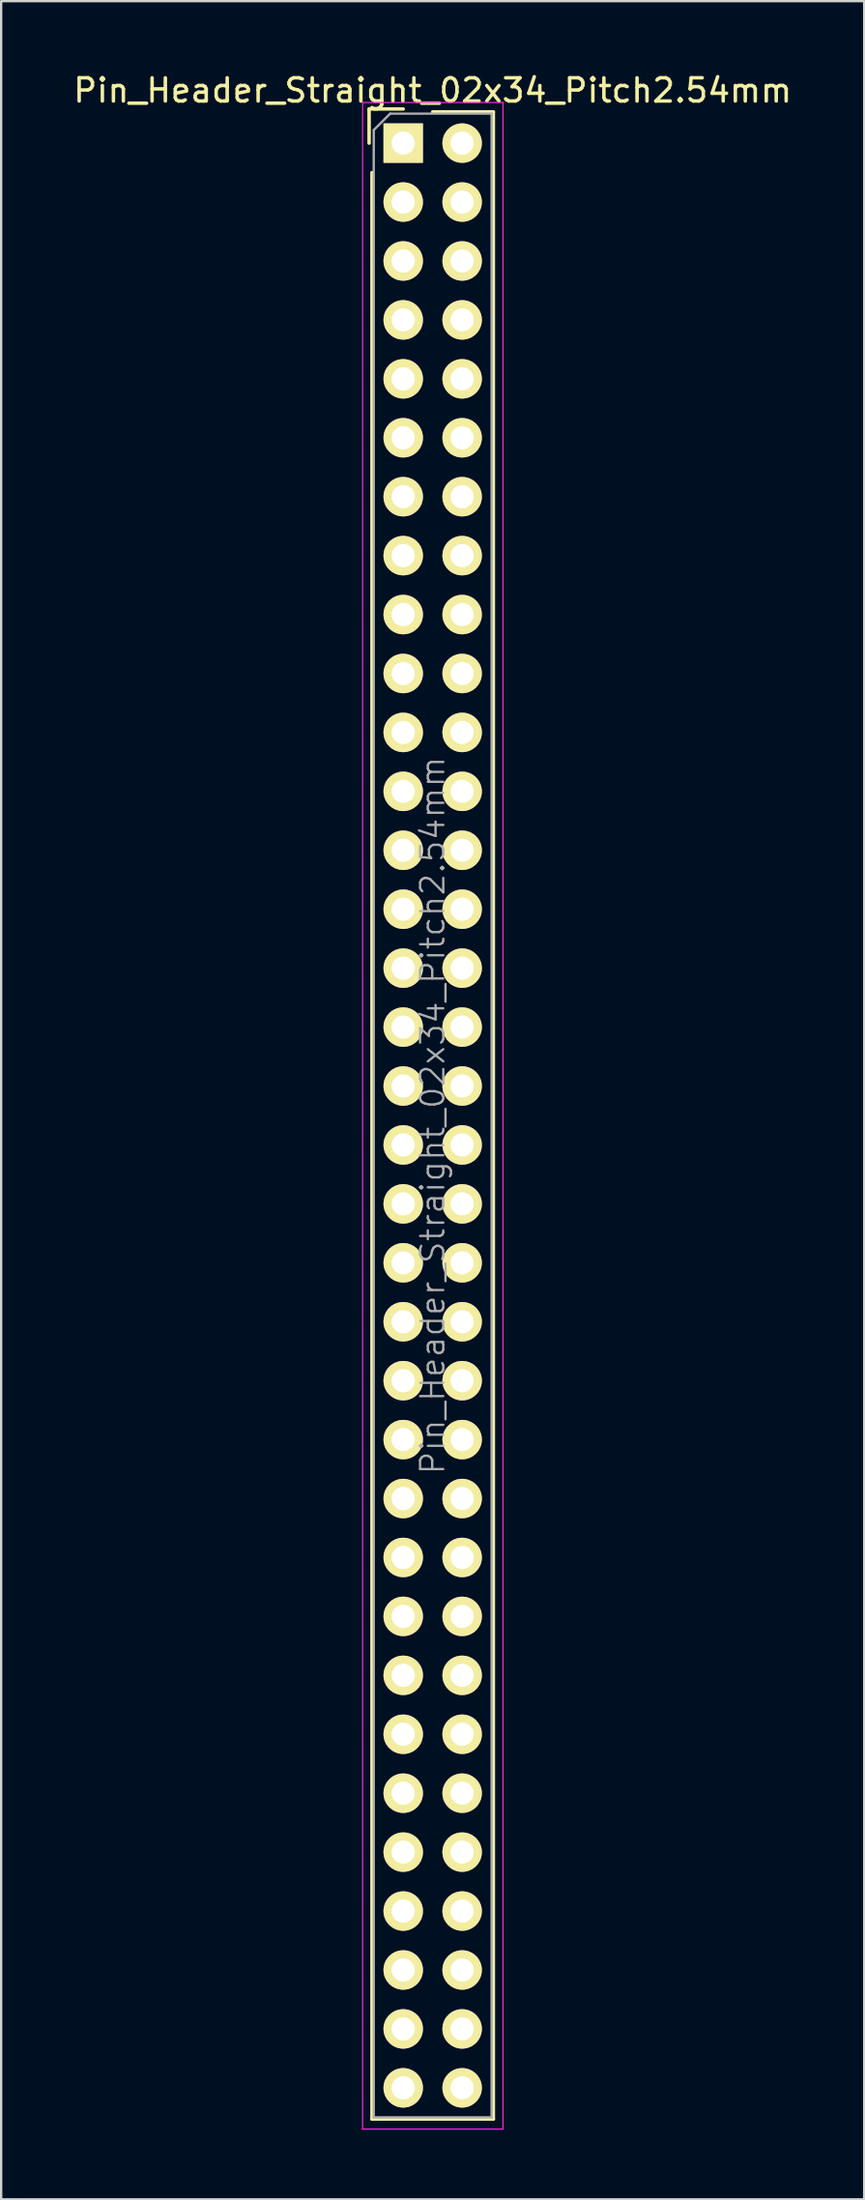
<source format=kicad_pcb>
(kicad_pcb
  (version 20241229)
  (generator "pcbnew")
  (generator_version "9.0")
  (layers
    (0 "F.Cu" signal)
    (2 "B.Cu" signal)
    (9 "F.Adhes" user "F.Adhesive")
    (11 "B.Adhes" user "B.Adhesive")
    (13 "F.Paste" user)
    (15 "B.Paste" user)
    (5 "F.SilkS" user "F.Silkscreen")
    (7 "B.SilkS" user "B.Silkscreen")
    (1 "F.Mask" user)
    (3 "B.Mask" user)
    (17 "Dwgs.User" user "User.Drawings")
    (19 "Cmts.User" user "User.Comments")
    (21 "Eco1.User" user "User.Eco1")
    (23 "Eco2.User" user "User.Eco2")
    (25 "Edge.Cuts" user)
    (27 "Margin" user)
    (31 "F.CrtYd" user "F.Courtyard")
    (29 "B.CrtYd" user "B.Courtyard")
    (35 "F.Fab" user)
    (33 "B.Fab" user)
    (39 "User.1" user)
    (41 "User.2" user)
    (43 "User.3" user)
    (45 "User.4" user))
  (footprint "Pin_Header_Straight_02x34_Pitch2.54mm"
    (layer "F.Cu")
    (at 14.331 3.118)
    (property "Reference" "Pin_Header_Straight_02x34_Pitch2.54mm" (at 1.27 -2.27 0) (layer "F.SilkS") (effects (font (size 1 1) (thickness 0.15))))
    (attr smd)
    (fp_line (start -1.47 -1.47) (end -1.47 0) (stroke (width 0.15) (type solid)) (layer "F.SilkS"))
    (fp_line (start -1.47 -1.47) (end 0 -1.47) (stroke (width 0.15) (type solid)) (layer "F.SilkS"))
    (fp_line (start -1.345 1.27) (end -1.345 85.165) (stroke (width 0.15) (type solid)) (layer "F.SilkS"))
    (fp_line (start -1.345 85.165) (end 3.885 85.165) (stroke (width 0.15) (type solid)) (layer "F.SilkS"))
    (fp_line (start 1.27 -1.345) (end 3.885 -1.345) (stroke (width 0.15) (type solid)) (layer "F.SilkS"))
    (fp_line (start 3.885 -1.345) (end 3.885 85.165) (stroke (width 0.15) (type solid)) (layer "F.SilkS"))
    (fp_line (start -1.75 -1.75) (end -1.75 85.6) (stroke (width 0.05) (type solid)) (layer "F.CrtYd"))
    (fp_line (start 4.3 -1.75) (end -1.75 -1.75) (stroke (width 0.05) (type solid)) (layer "F.CrtYd"))
    (fp_line (start 4.3 -1.75) (end 4.3 85.6) (stroke (width 0.05) (type solid)) (layer "F.CrtYd"))
    (fp_line (start 4.3 85.6) (end -1.75 85.6) (stroke (width 0.05) (type solid)) (layer "F.CrtYd"))
    (fp_line (start -1.27 -0.563) (end -0.563 -1.27) (stroke (width 0.1) (type solid)) (layer "F.Fab"))
    (fp_line (start -1.27 85.09) (end -1.27 -0.563) (stroke (width 0.1) (type solid)) (layer "F.Fab"))
    (fp_line (start 3.81 -1.27) (end -0.563 -1.27) (stroke (width 0.1) (type solid)) (layer "F.Fab"))
    (fp_line (start 3.81 85.09) (end -1.27 85.09) (stroke (width 0.1) (type solid)) (layer "F.Fab"))
    (fp_line (start 3.81 85.09) (end 3.81 -1.27) (stroke (width 0.1) (type solid)) (layer "F.Fab"))
    (fp_text user "${REFERENCE}" (at 1.27 41.91 90) (layer "F.Fab") (effects (font (size 1 1) (thickness 0.1))))
    (pad "1" thru_hole rect (at 0 0) (size 1.7 1.7) (drill 1) (layers "*.Cu" "*.Mask" "F.SilkS"))
    (pad "2" thru_hole oval (at 2.54 0) (size 1.7 1.7) (drill 1) (layers "*.Cu" "*.Mask" "F.SilkS"))
    (pad "3" thru_hole oval (at 0 2.54) (size 1.7 1.7) (drill 1) (layers "*.Cu" "*.Mask" "F.SilkS"))
    (pad "4" thru_hole oval (at 2.54 2.54) (size 1.7 1.7) (drill 1) (layers "*.Cu" "*.Mask" "F.SilkS"))
    (pad "5" thru_hole oval (at 0 5.08) (size 1.7 1.7) (drill 1) (layers "*.Cu" "*.Mask" "F.SilkS"))
    (pad "6" thru_hole oval (at 2.54 5.08) (size 1.7 1.7) (drill 1) (layers "*.Cu" "*.Mask" "F.SilkS"))
    (pad "7" thru_hole oval (at 0 7.62) (size 1.7 1.7) (drill 1) (layers "*.Cu" "*.Mask" "F.SilkS"))
    (pad "8" thru_hole oval (at 2.54 7.62) (size 1.7 1.7) (drill 1) (layers "*.Cu" "*.Mask" "F.SilkS"))
    (pad "9" thru_hole oval (at 0 10.16) (size 1.7 1.7) (drill 1) (layers "*.Cu" "*.Mask" "F.SilkS"))
    (pad "10" thru_hole oval (at 2.54 10.16) (size 1.7 1.7) (drill 1) (layers "*.Cu" "*.Mask" "F.SilkS"))
    (pad "11" thru_hole oval (at 0 12.7) (size 1.7 1.7) (drill 1) (layers "*.Cu" "*.Mask" "F.SilkS"))
    (pad "12" thru_hole oval (at 2.54 12.7) (size 1.7 1.7) (drill 1) (layers "*.Cu" "*.Mask" "F.SilkS"))
    (pad "13" thru_hole oval (at 0 15.24) (size 1.7 1.7) (drill 1) (layers "*.Cu" "*.Mask" "F.SilkS"))
    (pad "14" thru_hole oval (at 2.54 15.24) (size 1.7 1.7) (drill 1) (layers "*.Cu" "*.Mask" "F.SilkS"))
    (pad "15" thru_hole oval (at 0 17.78) (size 1.7 1.7) (drill 1) (layers "*.Cu" "*.Mask" "F.SilkS"))
    (pad "16" thru_hole oval (at 2.54 17.78) (size 1.7 1.7) (drill 1) (layers "*.Cu" "*.Mask" "F.SilkS"))
    (pad "17" thru_hole oval (at 0 20.32) (size 1.7 1.7) (drill 1) (layers "*.Cu" "*.Mask" "F.SilkS"))
    (pad "18" thru_hole oval (at 2.54 20.32) (size 1.7 1.7) (drill 1) (layers "*.Cu" "*.Mask" "F.SilkS"))
    (pad "19" thru_hole oval (at 0 22.86) (size 1.7 1.7) (drill 1) (layers "*.Cu" "*.Mask" "F.SilkS"))
    (pad "20" thru_hole oval (at 2.54 22.86) (size 1.7 1.7) (drill 1) (layers "*.Cu" "*.Mask" "F.SilkS"))
    (pad "21" thru_hole oval (at 0 25.4) (size 1.7 1.7) (drill 1) (layers "*.Cu" "*.Mask" "F.SilkS"))
    (pad "22" thru_hole oval (at 2.54 25.4) (size 1.7 1.7) (drill 1) (layers "*.Cu" "*.Mask" "F.SilkS"))
    (pad "23" thru_hole oval (at 0 27.94) (size 1.7 1.7) (drill 1) (layers "*.Cu" "*.Mask" "F.SilkS"))
    (pad "24" thru_hole oval (at 2.54 27.94) (size 1.7 1.7) (drill 1) (layers "*.Cu" "*.Mask" "F.SilkS"))
    (pad "25" thru_hole oval (at 0 30.48) (size 1.7 1.7) (drill 1) (layers "*.Cu" "*.Mask" "F.SilkS"))
    (pad "26" thru_hole oval (at 2.54 30.48) (size 1.7 1.7) (drill 1) (layers "*.Cu" "*.Mask" "F.SilkS"))
    (pad "27" thru_hole oval (at 0 33.02) (size 1.7 1.7) (drill 1) (layers "*.Cu" "*.Mask" "F.SilkS"))
    (pad "28" thru_hole oval (at 2.54 33.02) (size 1.7 1.7) (drill 1) (layers "*.Cu" "*.Mask" "F.SilkS"))
    (pad "29" thru_hole oval (at 0 35.56) (size 1.7 1.7) (drill 1) (layers "*.Cu" "*.Mask" "F.SilkS"))
    (pad "30" thru_hole oval (at 2.54 35.56) (size 1.7 1.7) (drill 1) (layers "*.Cu" "*.Mask" "F.SilkS"))
    (pad "31" thru_hole oval (at 0 38.1) (size 1.7 1.7) (drill 1) (layers "*.Cu" "*.Mask" "F.SilkS"))
    (pad "32" thru_hole oval (at 2.54 38.1) (size 1.7 1.7) (drill 1) (layers "*.Cu" "*.Mask" "F.SilkS"))
    (pad "33" thru_hole oval (at 0 40.64) (size 1.7 1.7) (drill 1) (layers "*.Cu" "*.Mask" "F.SilkS"))
    (pad "34" thru_hole oval (at 2.54 40.64) (size 1.7 1.7) (drill 1) (layers "*.Cu" "*.Mask" "F.SilkS"))
    (pad "35" thru_hole oval (at 0 43.18) (size 1.7 1.7) (drill 1) (layers "*.Cu" "*.Mask" "F.SilkS"))
    (pad "36" thru_hole oval (at 2.54 43.18) (size 1.7 1.7) (drill 1) (layers "*.Cu" "*.Mask" "F.SilkS"))
    (pad "37" thru_hole oval (at 0 45.72) (size 1.7 1.7) (drill 1) (layers "*.Cu" "*.Mask" "F.SilkS"))
    (pad "38" thru_hole oval (at 2.54 45.72) (size 1.7 1.7) (drill 1) (layers "*.Cu" "*.Mask" "F.SilkS"))
    (pad "39" thru_hole oval (at 0 48.26) (size 1.7 1.7) (drill 1) (layers "*.Cu" "*.Mask" "F.SilkS"))
    (pad "40" thru_hole oval (at 2.54 48.26) (size 1.7 1.7) (drill 1) (layers "*.Cu" "*.Mask" "F.SilkS"))
    (pad "41" thru_hole oval (at 0 50.8) (size 1.7 1.7) (drill 1) (layers "*.Cu" "*.Mask" "F.SilkS"))
    (pad "42" thru_hole oval (at 2.54 50.8) (size 1.7 1.7) (drill 1) (layers "*.Cu" "*.Mask" "F.SilkS"))
    (pad "43" thru_hole oval (at 0 53.34) (size 1.7 1.7) (drill 1) (layers "*.Cu" "*.Mask" "F.SilkS"))
    (pad "44" thru_hole oval (at 2.54 53.34) (size 1.7 1.7) (drill 1) (layers "*.Cu" "*.Mask" "F.SilkS"))
    (pad "45" thru_hole oval (at 0 55.88) (size 1.7 1.7) (drill 1) (layers "*.Cu" "*.Mask" "F.SilkS"))
    (pad "46" thru_hole oval (at 2.54 55.88) (size 1.7 1.7) (drill 1) (layers "*.Cu" "*.Mask" "F.SilkS"))
    (pad "47" thru_hole oval (at 0 58.42) (size 1.7 1.7) (drill 1) (layers "*.Cu" "*.Mask" "F.SilkS"))
    (pad "48" thru_hole oval (at 2.54 58.42) (size 1.7 1.7) (drill 1) (layers "*.Cu" "*.Mask" "F.SilkS"))
    (pad "49" thru_hole oval (at 0 60.96) (size 1.7 1.7) (drill 1) (layers "*.Cu" "*.Mask" "F.SilkS"))
    (pad "50" thru_hole oval (at 2.54 60.96) (size 1.7 1.7) (drill 1) (layers "*.Cu" "*.Mask" "F.SilkS"))
    (pad "51" thru_hole oval (at 0 63.5) (size 1.7 1.7) (drill 1) (layers "*.Cu" "*.Mask" "F.SilkS"))
    (pad "52" thru_hole oval (at 2.54 63.5) (size 1.7 1.7) (drill 1) (layers "*.Cu" "*.Mask" "F.SilkS"))
    (pad "53" thru_hole oval (at 0 66.04) (size 1.7 1.7) (drill 1) (layers "*.Cu" "*.Mask" "F.SilkS"))
    (pad "54" thru_hole oval (at 2.54 66.04) (size 1.7 1.7) (drill 1) (layers "*.Cu" "*.Mask" "F.SilkS"))
    (pad "55" thru_hole oval (at 0 68.58) (size 1.7 1.7) (drill 1) (layers "*.Cu" "*.Mask" "F.SilkS"))
    (pad "56" thru_hole oval (at 2.54 68.58) (size 1.7 1.7) (drill 1) (layers "*.Cu" "*.Mask" "F.SilkS"))
    (pad "57" thru_hole oval (at 0 71.12) (size 1.7 1.7) (drill 1) (layers "*.Cu" "*.Mask" "F.SilkS"))
    (pad "58" thru_hole oval (at 2.54 71.12) (size 1.7 1.7) (drill 1) (layers "*.Cu" "*.Mask" "F.SilkS"))
    (pad "59" thru_hole oval (at 0 73.66) (size 1.7 1.7) (drill 1) (layers "*.Cu" "*.Mask" "F.SilkS"))
    (pad "60" thru_hole oval (at 2.54 73.66) (size 1.7 1.7) (drill 1) (layers "*.Cu" "*.Mask" "F.SilkS"))
    (pad "61" thru_hole oval (at 0 76.2) (size 1.7 1.7) (drill 1) (layers "*.Cu" "*.Mask" "F.SilkS"))
    (pad "62" thru_hole oval (at 2.54 76.2) (size 1.7 1.7) (drill 1) (layers "*.Cu" "*.Mask" "F.SilkS"))
    (pad "63" thru_hole oval (at 0 78.74) (size 1.7 1.7) (drill 1) (layers "*.Cu" "*.Mask" "F.SilkS"))
    (pad "64" thru_hole oval (at 2.54 78.74) (size 1.7 1.7) (drill 1) (layers "*.Cu" "*.Mask" "F.SilkS"))
    (pad "65" thru_hole oval (at 0 81.28) (size 1.7 1.7) (drill 1) (layers "*.Cu" "*.Mask" "F.SilkS"))
    (pad "66" thru_hole oval (at 2.54 81.28) (size 1.7 1.7) (drill 1) (layers "*.Cu" "*.Mask" "F.SilkS"))
    (pad "67" thru_hole oval (at 0 83.82) (size 1.7 1.7) (drill 1) (layers "*.Cu" "*.Mask" "F.SilkS"))
    (pad "68" thru_hole oval (at 2.54 83.82) (size 1.7 1.7) (drill 1) (layers "*.Cu" "*.Mask" "F.SilkS")))
  (gr_rect
    (start -3 -3)
    (end 34.202 91.743)
    (stroke (width 0.1) (type default))
    (fill no)
    (layer "Edge.Cuts")))
</source>
